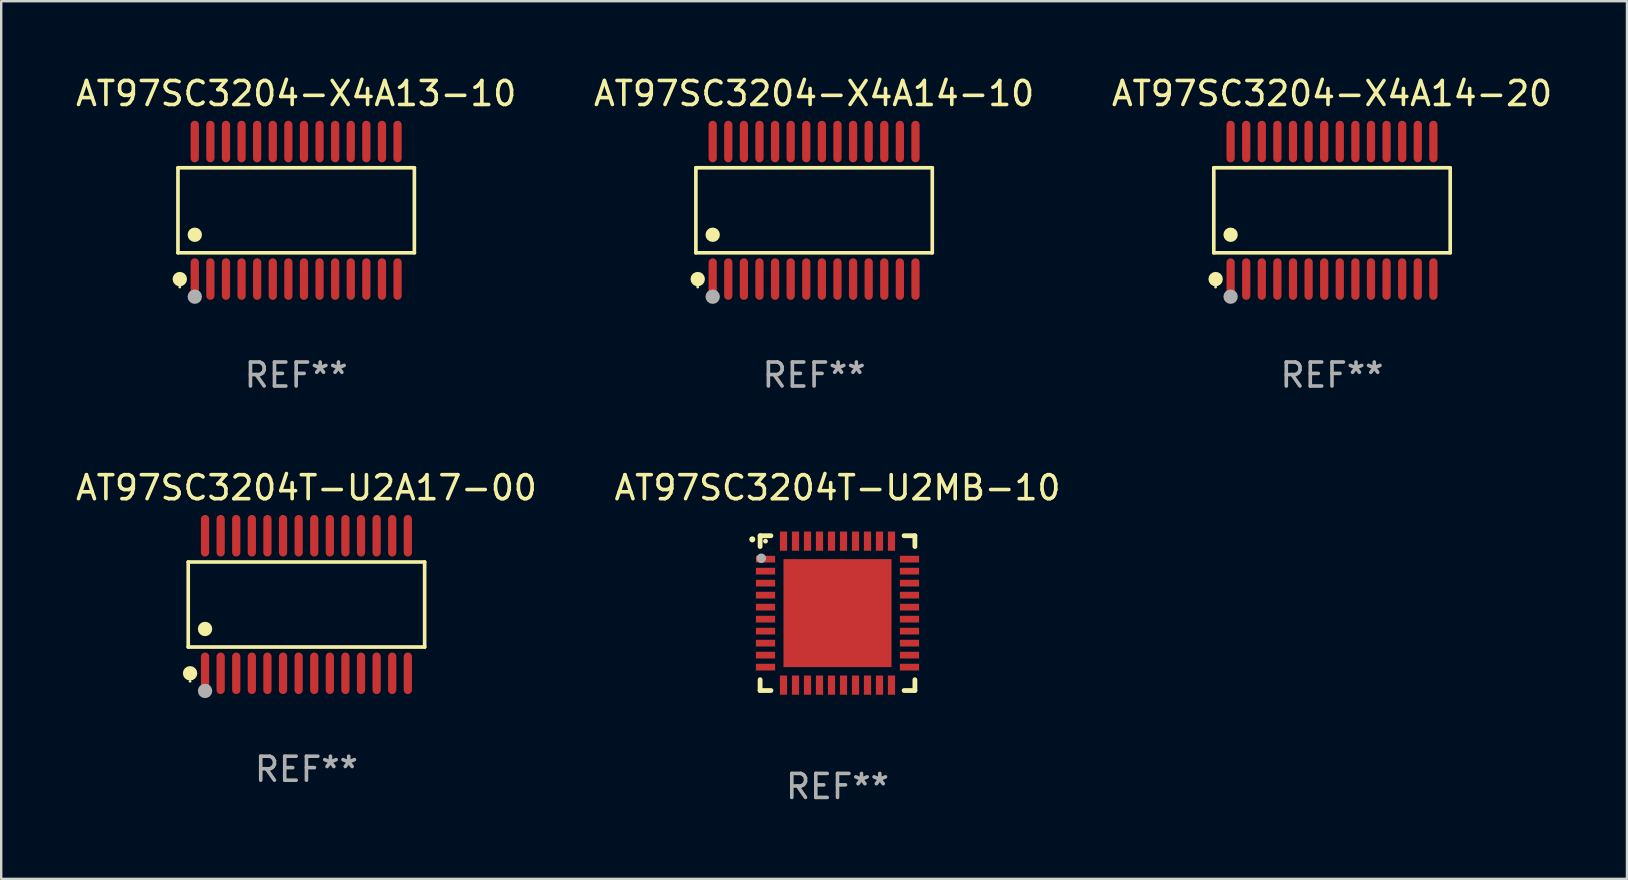
<source format=kicad_pcb>
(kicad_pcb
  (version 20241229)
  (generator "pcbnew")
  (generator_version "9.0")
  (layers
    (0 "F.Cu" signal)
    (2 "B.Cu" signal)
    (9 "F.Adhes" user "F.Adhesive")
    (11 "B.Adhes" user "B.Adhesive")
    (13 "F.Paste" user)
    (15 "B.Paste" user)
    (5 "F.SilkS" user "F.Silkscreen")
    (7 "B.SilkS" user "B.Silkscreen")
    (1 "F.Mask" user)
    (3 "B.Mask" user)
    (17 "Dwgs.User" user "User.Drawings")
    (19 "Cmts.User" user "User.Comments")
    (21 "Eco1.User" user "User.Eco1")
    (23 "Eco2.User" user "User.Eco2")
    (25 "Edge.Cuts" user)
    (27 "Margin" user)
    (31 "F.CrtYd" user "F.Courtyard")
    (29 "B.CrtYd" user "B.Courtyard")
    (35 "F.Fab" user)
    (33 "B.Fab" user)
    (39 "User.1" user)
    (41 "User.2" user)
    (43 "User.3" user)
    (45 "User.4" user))
  (footprint "AT97SC3204-X4A14-10"
    (layer "F.Cu")
    (at 30.875 5.714)
    (property "Reference" "AT97SC3204-X4A14-10" (at 0 -4.866 0) (layer "F.SilkS") (effects (font (size 1 1) (thickness 0.15))))
    (attr through_hole)
    (fp_line (start -4.926 -1.772) (end 4.926 -1.772) (stroke (width 0.152) (type solid)) (layer "F.SilkS"))
    (fp_line (start -4.926 1.771) (end -4.926 -1.772) (stroke (width 0.152) (type solid)) (layer "F.SilkS"))
    (fp_line (start 4.926 -1.772) (end 4.926 1.771) (stroke (width 0.152) (type solid)) (layer "F.SilkS"))
    (fp_line (start 4.926 1.771) (end -4.926 1.771) (stroke (width 0.152) (type solid)) (layer "F.SilkS"))
    (fp_circle (center -4.85 3.2) (end -4.82 3.2) (stroke (width 0.06) (type solid)) (fill no) (layer "F.SilkS"))
    (fp_circle (center -4.849 2.866) (end -4.699 2.866) (stroke (width 0.3) (type solid)) (fill no) (layer "F.SilkS"))
    (fp_circle (center -4.225 1.019) (end -4.075 1.019) (stroke (width 0.3) (type solid)) (fill no) (layer "F.SilkS"))
    (fp_circle (center -4.225 3.6) (end -4.075 3.6) (stroke (width 0.3) (type solid)) (fill no) (layer "F.Fab"))
    (fp_text user "REF**" (at 0 6.866 0) (layer "F.Fab") (effects (font (size 1 1) (thickness 0.15))))
    (pad "1" smd oval (at -4.225 2.866) (size 0.343 1.731) (layers "F.Cu" "F.Mask" "F.Paste"))
    (pad "2" smd oval (at -3.575 2.866) (size 0.343 1.731) (layers "F.Cu" "F.Mask" "F.Paste"))
    (pad "3" smd oval (at -2.925 2.866) (size 0.343 1.731) (layers "F.Cu" "F.Mask" "F.Paste"))
    (pad "4" smd oval (at -2.275 2.866) (size 0.343 1.731) (layers "F.Cu" "F.Mask" "F.Paste"))
    (pad "5" smd oval (at -1.625 2.866) (size 0.343 1.731) (layers "F.Cu" "F.Mask" "F.Paste"))
    (pad "6" smd oval (at -0.975 2.866) (size 0.343 1.731) (layers "F.Cu" "F.Mask" "F.Paste"))
    (pad "7" smd oval (at -0.325 2.866) (size 0.343 1.731) (layers "F.Cu" "F.Mask" "F.Paste"))
    (pad "8" smd oval (at 0.325 2.866) (size 0.343 1.731) (layers "F.Cu" "F.Mask" "F.Paste"))
    (pad "9" smd oval (at 0.975 2.866) (size 0.343 1.731) (layers "F.Cu" "F.Mask" "F.Paste"))
    (pad "10" smd oval (at 1.625 2.866) (size 0.343 1.731) (layers "F.Cu" "F.Mask" "F.Paste"))
    (pad "11" smd oval (at 2.275 2.866) (size 0.343 1.731) (layers "F.Cu" "F.Mask" "F.Paste"))
    (pad "12" smd oval (at 2.925 2.866) (size 0.343 1.731) (layers "F.Cu" "F.Mask" "F.Paste"))
    (pad "13" smd oval (at 3.575 2.866) (size 0.343 1.731) (layers "F.Cu" "F.Mask" "F.Paste"))
    (pad "14" smd oval (at 4.225 2.866) (size 0.343 1.731) (layers "F.Cu" "F.Mask" "F.Paste"))
    (pad "15" smd oval (at 4.225 -2.866) (size 0.343 1.731) (layers "F.Cu" "F.Mask" "F.Paste"))
    (pad "16" smd oval (at 3.575 -2.866) (size 0.343 1.731) (layers "F.Cu" "F.Mask" "F.Paste"))
    (pad "17" smd oval (at 2.925 -2.866) (size 0.343 1.731) (layers "F.Cu" "F.Mask" "F.Paste"))
    (pad "18" smd oval (at 2.275 -2.866) (size 0.343 1.731) (layers "F.Cu" "F.Mask" "F.Paste"))
    (pad "19" smd oval (at 1.625 -2.866) (size 0.343 1.731) (layers "F.Cu" "F.Mask" "F.Paste"))
    (pad "20" smd oval (at 0.975 -2.866) (size 0.343 1.731) (layers "F.Cu" "F.Mask" "F.Paste"))
    (pad "21" smd oval (at 0.325 -2.866) (size 0.343 1.731) (layers "F.Cu" "F.Mask" "F.Paste"))
    (pad "22" smd oval (at -0.325 -2.866) (size 0.343 1.731) (layers "F.Cu" "F.Mask" "F.Paste"))
    (pad "23" smd oval (at -0.975 -2.866) (size 0.343 1.731) (layers "F.Cu" "F.Mask" "F.Paste"))
    (pad "24" smd oval (at -1.625 -2.866) (size 0.343 1.731) (layers "F.Cu" "F.Mask" "F.Paste"))
    (pad "25" smd oval (at -2.275 -2.866) (size 0.343 1.731) (layers "F.Cu" "F.Mask" "F.Paste"))
    (pad "26" smd oval (at -2.925 -2.866) (size 0.343 1.731) (layers "F.Cu" "F.Mask" "F.Paste"))
    (pad "27" smd oval (at -3.575 -2.866) (size 0.343 1.731) (layers "F.Cu" "F.Mask" "F.Paste"))
    (pad "28" smd oval (at -4.225 -2.866) (size 0.343 1.731) (layers "F.Cu" "F.Mask" "F.Paste")))
  (footprint "AT97SC3204-X4A14-20"
    (layer "F.Cu")
    (at 52.458 5.714)
    (property "Reference" "AT97SC3204-X4A14-20" (at 0 -4.866 0) (layer "F.SilkS") (effects (font (size 1 1) (thickness 0.15))))
    (attr through_hole)
    (fp_line (start -4.926 -1.772) (end 4.926 -1.772) (stroke (width 0.152) (type solid)) (layer "F.SilkS"))
    (fp_line (start -4.926 1.771) (end -4.926 -1.772) (stroke (width 0.152) (type solid)) (layer "F.SilkS"))
    (fp_line (start 4.926 -1.772) (end 4.926 1.771) (stroke (width 0.152) (type solid)) (layer "F.SilkS"))
    (fp_line (start 4.926 1.771) (end -4.926 1.771) (stroke (width 0.152) (type solid)) (layer "F.SilkS"))
    (fp_circle (center -4.85 3.2) (end -4.82 3.2) (stroke (width 0.06) (type solid)) (fill no) (layer "F.SilkS"))
    (fp_circle (center -4.849 2.866) (end -4.699 2.866) (stroke (width 0.3) (type solid)) (fill no) (layer "F.SilkS"))
    (fp_circle (center -4.225 1.019) (end -4.075 1.019) (stroke (width 0.3) (type solid)) (fill no) (layer "F.SilkS"))
    (fp_circle (center -4.225 3.6) (end -4.075 3.6) (stroke (width 0.3) (type solid)) (fill no) (layer "F.Fab"))
    (fp_text user "REF**" (at 0 6.866 0) (layer "F.Fab") (effects (font (size 1 1) (thickness 0.15))))
    (pad "1" smd oval (at -4.225 2.866) (size 0.343 1.731) (layers "F.Cu" "F.Mask" "F.Paste"))
    (pad "2" smd oval (at -3.575 2.866) (size 0.343 1.731) (layers "F.Cu" "F.Mask" "F.Paste"))
    (pad "3" smd oval (at -2.925 2.866) (size 0.343 1.731) (layers "F.Cu" "F.Mask" "F.Paste"))
    (pad "4" smd oval (at -2.275 2.866) (size 0.343 1.731) (layers "F.Cu" "F.Mask" "F.Paste"))
    (pad "5" smd oval (at -1.625 2.866) (size 0.343 1.731) (layers "F.Cu" "F.Mask" "F.Paste"))
    (pad "6" smd oval (at -0.975 2.866) (size 0.343 1.731) (layers "F.Cu" "F.Mask" "F.Paste"))
    (pad "7" smd oval (at -0.325 2.866) (size 0.343 1.731) (layers "F.Cu" "F.Mask" "F.Paste"))
    (pad "8" smd oval (at 0.325 2.866) (size 0.343 1.731) (layers "F.Cu" "F.Mask" "F.Paste"))
    (pad "9" smd oval (at 0.975 2.866) (size 0.343 1.731) (layers "F.Cu" "F.Mask" "F.Paste"))
    (pad "10" smd oval (at 1.625 2.866) (size 0.343 1.731) (layers "F.Cu" "F.Mask" "F.Paste"))
    (pad "11" smd oval (at 2.275 2.866) (size 0.343 1.731) (layers "F.Cu" "F.Mask" "F.Paste"))
    (pad "12" smd oval (at 2.925 2.866) (size 0.343 1.731) (layers "F.Cu" "F.Mask" "F.Paste"))
    (pad "13" smd oval (at 3.575 2.866) (size 0.343 1.731) (layers "F.Cu" "F.Mask" "F.Paste"))
    (pad "14" smd oval (at 4.225 2.866) (size 0.343 1.731) (layers "F.Cu" "F.Mask" "F.Paste"))
    (pad "15" smd oval (at 4.225 -2.866) (size 0.343 1.731) (layers "F.Cu" "F.Mask" "F.Paste"))
    (pad "16" smd oval (at 3.575 -2.866) (size 0.343 1.731) (layers "F.Cu" "F.Mask" "F.Paste"))
    (pad "17" smd oval (at 2.925 -2.866) (size 0.343 1.731) (layers "F.Cu" "F.Mask" "F.Paste"))
    (pad "18" smd oval (at 2.275 -2.866) (size 0.343 1.731) (layers "F.Cu" "F.Mask" "F.Paste"))
    (pad "19" smd oval (at 1.625 -2.866) (size 0.343 1.731) (layers "F.Cu" "F.Mask" "F.Paste"))
    (pad "20" smd oval (at 0.975 -2.866) (size 0.343 1.731) (layers "F.Cu" "F.Mask" "F.Paste"))
    (pad "21" smd oval (at 0.325 -2.866) (size 0.343 1.731) (layers "F.Cu" "F.Mask" "F.Paste"))
    (pad "22" smd oval (at -0.325 -2.866) (size 0.343 1.731) (layers "F.Cu" "F.Mask" "F.Paste"))
    (pad "23" smd oval (at -0.975 -2.866) (size 0.343 1.731) (layers "F.Cu" "F.Mask" "F.Paste"))
    (pad "24" smd oval (at -1.625 -2.866) (size 0.343 1.731) (layers "F.Cu" "F.Mask" "F.Paste"))
    (pad "25" smd oval (at -2.275 -2.866) (size 0.343 1.731) (layers "F.Cu" "F.Mask" "F.Paste"))
    (pad "26" smd oval (at -2.925 -2.866) (size 0.343 1.731) (layers "F.Cu" "F.Mask" "F.Paste"))
    (pad "27" smd oval (at -3.575 -2.866) (size 0.343 1.731) (layers "F.Cu" "F.Mask" "F.Paste"))
    (pad "28" smd oval (at -4.225 -2.866) (size 0.343 1.731) (layers "F.Cu" "F.Mask" "F.Paste")))
  (footprint "AT97SC3204T-U2A17-00"
    (layer "F.Cu")
    (at 9.72 22.142)
    (property "Reference" "AT97SC3204T-U2A17-00" (at 0 -4.866 0) (layer "F.SilkS") (effects (font (size 1 1) (thickness 0.15))))
    (attr through_hole)
    (fp_line (start -4.926 -1.772) (end 4.926 -1.772) (stroke (width 0.152) (type solid)) (layer "F.SilkS"))
    (fp_line (start -4.926 1.771) (end -4.926 -1.772) (stroke (width 0.152) (type solid)) (layer "F.SilkS"))
    (fp_line (start 4.926 -1.772) (end 4.926 1.771) (stroke (width 0.152) (type solid)) (layer "F.SilkS"))
    (fp_line (start 4.926 1.771) (end -4.926 1.771) (stroke (width 0.152) (type solid)) (layer "F.SilkS"))
    (fp_circle (center -4.85 3.2) (end -4.82 3.2) (stroke (width 0.06) (type solid)) (fill no) (layer "F.SilkS"))
    (fp_circle (center -4.849 2.866) (end -4.699 2.866) (stroke (width 0.3) (type solid)) (fill no) (layer "F.SilkS"))
    (fp_circle (center -4.225 1.019) (end -4.075 1.019) (stroke (width 0.3) (type solid)) (fill no) (layer "F.SilkS"))
    (fp_circle (center -4.225 3.6) (end -4.075 3.6) (stroke (width 0.3) (type solid)) (fill no) (layer "F.Fab"))
    (fp_text user "REF**" (at 0 6.866 0) (layer "F.Fab") (effects (font (size 1 1) (thickness 0.15))))
    (pad "1" smd oval (at -4.225 2.866) (size 0.343 1.731) (layers "F.Cu" "F.Mask" "F.Paste"))
    (pad "2" smd oval (at -3.575 2.866) (size 0.343 1.731) (layers "F.Cu" "F.Mask" "F.Paste"))
    (pad "3" smd oval (at -2.925 2.866) (size 0.343 1.731) (layers "F.Cu" "F.Mask" "F.Paste"))
    (pad "4" smd oval (at -2.275 2.866) (size 0.343 1.731) (layers "F.Cu" "F.Mask" "F.Paste"))
    (pad "5" smd oval (at -1.625 2.866) (size 0.343 1.731) (layers "F.Cu" "F.Mask" "F.Paste"))
    (pad "6" smd oval (at -0.975 2.866) (size 0.343 1.731) (layers "F.Cu" "F.Mask" "F.Paste"))
    (pad "7" smd oval (at -0.325 2.866) (size 0.343 1.731) (layers "F.Cu" "F.Mask" "F.Paste"))
    (pad "8" smd oval (at 0.325 2.866) (size 0.343 1.731) (layers "F.Cu" "F.Mask" "F.Paste"))
    (pad "9" smd oval (at 0.975 2.866) (size 0.343 1.731) (layers "F.Cu" "F.Mask" "F.Paste"))
    (pad "10" smd oval (at 1.625 2.866) (size 0.343 1.731) (layers "F.Cu" "F.Mask" "F.Paste"))
    (pad "11" smd oval (at 2.275 2.866) (size 0.343 1.731) (layers "F.Cu" "F.Mask" "F.Paste"))
    (pad "12" smd oval (at 2.925 2.866) (size 0.343 1.731) (layers "F.Cu" "F.Mask" "F.Paste"))
    (pad "13" smd oval (at 3.575 2.866) (size 0.343 1.731) (layers "F.Cu" "F.Mask" "F.Paste"))
    (pad "14" smd oval (at 4.225 2.866) (size 0.343 1.731) (layers "F.Cu" "F.Mask" "F.Paste"))
    (pad "15" smd oval (at 4.225 -2.866) (size 0.343 1.731) (layers "F.Cu" "F.Mask" "F.Paste"))
    (pad "16" smd oval (at 3.575 -2.866) (size 0.343 1.731) (layers "F.Cu" "F.Mask" "F.Paste"))
    (pad "17" smd oval (at 2.925 -2.866) (size 0.343 1.731) (layers "F.Cu" "F.Mask" "F.Paste"))
    (pad "18" smd oval (at 2.275 -2.866) (size 0.343 1.731) (layers "F.Cu" "F.Mask" "F.Paste"))
    (pad "19" smd oval (at 1.625 -2.866) (size 0.343 1.731) (layers "F.Cu" "F.Mask" "F.Paste"))
    (pad "20" smd oval (at 0.975 -2.866) (size 0.343 1.731) (layers "F.Cu" "F.Mask" "F.Paste"))
    (pad "21" smd oval (at 0.325 -2.866) (size 0.343 1.731) (layers "F.Cu" "F.Mask" "F.Paste"))
    (pad "22" smd oval (at -0.325 -2.866) (size 0.343 1.731) (layers "F.Cu" "F.Mask" "F.Paste"))
    (pad "23" smd oval (at -0.975 -2.866) (size 0.343 1.731) (layers "F.Cu" "F.Mask" "F.Paste"))
    (pad "24" smd oval (at -1.625 -2.866) (size 0.343 1.731) (layers "F.Cu" "F.Mask" "F.Paste"))
    (pad "25" smd oval (at -2.275 -2.866) (size 0.343 1.731) (layers "F.Cu" "F.Mask" "F.Paste"))
    (pad "26" smd oval (at -2.925 -2.866) (size 0.343 1.731) (layers "F.Cu" "F.Mask" "F.Paste"))
    (pad "27" smd oval (at -3.575 -2.866) (size 0.343 1.731) (layers "F.Cu" "F.Mask" "F.Paste"))
    (pad "28" smd oval (at -4.225 -2.866) (size 0.343 1.731) (layers "F.Cu" "F.Mask" "F.Paste")))
  (footprint "AT97SC3204-X4A13-10"
    (layer "F.Cu")
    (at 9.292 5.714)
    (property "Reference" "AT97SC3204-X4A13-10" (at 0 -4.866 0) (layer "F.SilkS") (effects (font (size 1 1) (thickness 0.15))))
    (attr through_hole)
    (fp_line (start -4.926 -1.772) (end 4.926 -1.772) (stroke (width 0.152) (type solid)) (layer "F.SilkS"))
    (fp_line (start -4.926 1.771) (end -4.926 -1.772) (stroke (width 0.152) (type solid)) (layer "F.SilkS"))
    (fp_line (start 4.926 -1.772) (end 4.926 1.771) (stroke (width 0.152) (type solid)) (layer "F.SilkS"))
    (fp_line (start 4.926 1.771) (end -4.926 1.771) (stroke (width 0.152) (type solid)) (layer "F.SilkS"))
    (fp_circle (center -4.85 3.2) (end -4.82 3.2) (stroke (width 0.06) (type solid)) (fill no) (layer "F.SilkS"))
    (fp_circle (center -4.849 2.866) (end -4.699 2.866) (stroke (width 0.3) (type solid)) (fill no) (layer "F.SilkS"))
    (fp_circle (center -4.225 1.019) (end -4.075 1.019) (stroke (width 0.3) (type solid)) (fill no) (layer "F.SilkS"))
    (fp_circle (center -4.225 3.6) (end -4.075 3.6) (stroke (width 0.3) (type solid)) (fill no) (layer "F.Fab"))
    (fp_text user "REF**" (at 0 6.866 0) (layer "F.Fab") (effects (font (size 1 1) (thickness 0.15))))
    (pad "1" smd oval (at -4.225 2.866) (size 0.343 1.731) (layers "F.Cu" "F.Mask" "F.Paste"))
    (pad "2" smd oval (at -3.575 2.866) (size 0.343 1.731) (layers "F.Cu" "F.Mask" "F.Paste"))
    (pad "3" smd oval (at -2.925 2.866) (size 0.343 1.731) (layers "F.Cu" "F.Mask" "F.Paste"))
    (pad "4" smd oval (at -2.275 2.866) (size 0.343 1.731) (layers "F.Cu" "F.Mask" "F.Paste"))
    (pad "5" smd oval (at -1.625 2.866) (size 0.343 1.731) (layers "F.Cu" "F.Mask" "F.Paste"))
    (pad "6" smd oval (at -0.975 2.866) (size 0.343 1.731) (layers "F.Cu" "F.Mask" "F.Paste"))
    (pad "7" smd oval (at -0.325 2.866) (size 0.343 1.731) (layers "F.Cu" "F.Mask" "F.Paste"))
    (pad "8" smd oval (at 0.325 2.866) (size 0.343 1.731) (layers "F.Cu" "F.Mask" "F.Paste"))
    (pad "9" smd oval (at 0.975 2.866) (size 0.343 1.731) (layers "F.Cu" "F.Mask" "F.Paste"))
    (pad "10" smd oval (at 1.625 2.866) (size 0.343 1.731) (layers "F.Cu" "F.Mask" "F.Paste"))
    (pad "11" smd oval (at 2.275 2.866) (size 0.343 1.731) (layers "F.Cu" "F.Mask" "F.Paste"))
    (pad "12" smd oval (at 2.925 2.866) (size 0.343 1.731) (layers "F.Cu" "F.Mask" "F.Paste"))
    (pad "13" smd oval (at 3.575 2.866) (size 0.343 1.731) (layers "F.Cu" "F.Mask" "F.Paste"))
    (pad "14" smd oval (at 4.225 2.866) (size 0.343 1.731) (layers "F.Cu" "F.Mask" "F.Paste"))
    (pad "15" smd oval (at 4.225 -2.866) (size 0.343 1.731) (layers "F.Cu" "F.Mask" "F.Paste"))
    (pad "16" smd oval (at 3.575 -2.866) (size 0.343 1.731) (layers "F.Cu" "F.Mask" "F.Paste"))
    (pad "17" smd oval (at 2.925 -2.866) (size 0.343 1.731) (layers "F.Cu" "F.Mask" "F.Paste"))
    (pad "18" smd oval (at 2.275 -2.866) (size 0.343 1.731) (layers "F.Cu" "F.Mask" "F.Paste"))
    (pad "19" smd oval (at 1.625 -2.866) (size 0.343 1.731) (layers "F.Cu" "F.Mask" "F.Paste"))
    (pad "20" smd oval (at 0.975 -2.866) (size 0.343 1.731) (layers "F.Cu" "F.Mask" "F.Paste"))
    (pad "21" smd oval (at 0.325 -2.866) (size 0.343 1.731) (layers "F.Cu" "F.Mask" "F.Paste"))
    (pad "22" smd oval (at -0.325 -2.866) (size 0.343 1.731) (layers "F.Cu" "F.Mask" "F.Paste"))
    (pad "23" smd oval (at -0.975 -2.866) (size 0.343 1.731) (layers "F.Cu" "F.Mask" "F.Paste"))
    (pad "24" smd oval (at -1.625 -2.866) (size 0.343 1.731) (layers "F.Cu" "F.Mask" "F.Paste"))
    (pad "25" smd oval (at -2.275 -2.866) (size 0.343 1.731) (layers "F.Cu" "F.Mask" "F.Paste"))
    (pad "26" smd oval (at -2.925 -2.866) (size 0.343 1.731) (layers "F.Cu" "F.Mask" "F.Paste"))
    (pad "27" smd oval (at -3.575 -2.866) (size 0.343 1.731) (layers "F.Cu" "F.Mask" "F.Paste"))
    (pad "28" smd oval (at -4.225 -2.866) (size 0.343 1.731) (layers "F.Cu" "F.Mask" "F.Paste")))
  (footprint "AT97SC3204T-U2MB-10"
    (layer "F.Cu")
    (at 31.851 22.501)
    (property "Reference" "AT97SC3204T-U2MB-10" (at 0 -5.225 0) (layer "F.SilkS") (effects (font (size 1 1) (thickness 0.15))))
    (attr through_hole)
    (fp_line (start -3.225 -3.225) (end -2.775 -3.225) (stroke (width 0.2) (type solid)) (layer "F.SilkS"))
    (fp_line (start -3.225 -2.775) (end -3.225 -3.225) (stroke (width 0.2) (type solid)) (layer "F.SilkS"))
    (fp_line (start -3.225 2.775) (end -3.225 3.225) (stroke (width 0.2) (type solid)) (layer "F.SilkS"))
    (fp_line (start -3.225 3.225) (end -2.775 3.225) (stroke (width 0.2) (type solid)) (layer "F.SilkS"))
    (fp_line (start 2.775 -3.225) (end 3.225 -3.225) (stroke (width 0.2) (type solid)) (layer "F.SilkS"))
    (fp_line (start 2.775 3.225) (end 3.225 3.225) (stroke (width 0.2) (type solid)) (layer "F.SilkS"))
    (fp_line (start 3.225 -3.225) (end 3.225 -2.775) (stroke (width 0.2) (type solid)) (layer "F.SilkS"))
    (fp_line (start 3.225 3.225) (end 3.225 2.775) (stroke (width 0.2) (type solid)) (layer "F.SilkS"))
    (fp_arc (start -3.55094 -3.073406) (mid -3.550946 -3.074676) (end -3.55094 -3.075946) (stroke (width 0.25) (type solid)) (layer "F.SilkS"))
    (fp_circle (center -3 -3) (end -2.95 -3) (stroke (width 0.1) (type solid)) (fill no) (layer "F.SilkS"))
    (fp_circle (center -3.175 -2.286) (end -3.075 -2.286) (stroke (width 0.2) (type solid)) (fill no) (layer "F.Fab"))
    (fp_text user "REF**" (at 0 7.225 0) (layer "F.Fab") (effects (font (size 1 1) (thickness 0.15))))
    (pad "1" smd rect (at -3 -2.25) (size 0.8 0.28) (layers "F.Cu" "F.Mask" "F.Paste"))
    (pad "2" smd rect (at -3 -1.75) (size 0.8 0.28) (layers "F.Cu" "F.Mask" "F.Paste"))
    (pad "3" smd rect (at -3 -1.25) (size 0.8 0.28) (layers "F.Cu" "F.Mask" "F.Paste"))
    (pad "4" smd rect (at -3 -0.75) (size 0.8 0.28) (layers "F.Cu" "F.Mask" "F.Paste"))
    (pad "5" smd rect (at -3 -0.25) (size 0.8 0.28) (layers "F.Cu" "F.Mask" "F.Paste"))
    (pad "6" smd rect (at -3 0.25) (size 0.8 0.28) (layers "F.Cu" "F.Mask" "F.Paste"))
    (pad "7" smd rect (at -3 0.75) (size 0.8 0.28) (layers "F.Cu" "F.Mask" "F.Paste"))
    (pad "8" smd rect (at -3 1.25) (size 0.8 0.28) (layers "F.Cu" "F.Mask" "F.Paste"))
    (pad "9" smd rect (at -3 1.75) (size 0.8 0.28) (layers "F.Cu" "F.Mask" "F.Paste"))
    (pad "10" smd rect (at -3 2.25) (size 0.8 0.28) (layers "F.Cu" "F.Mask" "F.Paste"))
    (pad "11" smd rect (at -2.25 3) (size 0.3 0.8) (layers "F.Cu" "F.Mask" "F.Paste"))
    (pad "12" smd rect (at -1.75 3) (size 0.3 0.8) (layers "F.Cu" "F.Mask" "F.Paste"))
    (pad "13" smd rect (at -1.25 3) (size 0.3 0.8) (layers "F.Cu" "F.Mask" "F.Paste"))
    (pad "14" smd rect (at -0.75 3) (size 0.3 0.8) (layers "F.Cu" "F.Mask" "F.Paste"))
    (pad "15" smd rect (at -0.25 3) (size 0.3 0.8) (layers "F.Cu" "F.Mask" "F.Paste"))
    (pad "16" smd rect (at 0.25 3) (size 0.3 0.8) (layers "F.Cu" "F.Mask" "F.Paste"))
    (pad "17" smd rect (at 0.75 3) (size 0.3 0.8) (layers "F.Cu" "F.Mask" "F.Paste"))
    (pad "18" smd rect (at 1.25 3) (size 0.3 0.8) (layers "F.Cu" "F.Mask" "F.Paste"))
    (pad "19" smd rect (at 1.75 3) (size 0.3 0.8) (layers "F.Cu" "F.Mask" "F.Paste"))
    (pad "20" smd rect (at 2.25 3) (size 0.3 0.8) (layers "F.Cu" "F.Mask" "F.Paste"))
    (pad "21" smd rect (at 3 2.25) (size 0.8 0.28) (layers "F.Cu" "F.Mask" "F.Paste"))
    (pad "22" smd rect (at 3 1.75) (size 0.8 0.28) (layers "F.Cu" "F.Mask" "F.Paste"))
    (pad "23" smd rect (at 3 1.25) (size 0.8 0.28) (layers "F.Cu" "F.Mask" "F.Paste"))
    (pad "24" smd rect (at 3 0.75) (size 0.8 0.28) (layers "F.Cu" "F.Mask" "F.Paste"))
    (pad "25" smd rect (at 3 0.25) (size 0.8 0.28) (layers "F.Cu" "F.Mask" "F.Paste"))
    (pad "26" smd rect (at 3 -0.25) (size 0.8 0.28) (layers "F.Cu" "F.Mask" "F.Paste"))
    (pad "27" smd rect (at 3 -0.75) (size 0.8 0.28) (layers "F.Cu" "F.Mask" "F.Paste"))
    (pad "28" smd rect (at 3 -1.25) (size 0.8 0.28) (layers "F.Cu" "F.Mask" "F.Paste"))
    (pad "29" smd rect (at 3 -1.75) (size 0.8 0.28) (layers "F.Cu" "F.Mask" "F.Paste"))
    (pad "30" smd rect (at 3 -2.25) (size 0.8 0.28) (layers "F.Cu" "F.Mask" "F.Paste"))
    (pad "31" smd rect (at 2.25 -3) (size 0.3 0.8) (layers "F.Cu" "F.Mask" "F.Paste"))
    (pad "32" smd rect (at 1.75 -3) (size 0.3 0.8) (layers "F.Cu" "F.Mask" "F.Paste"))
    (pad "33" smd rect (at 1.25 -3) (size 0.3 0.8) (layers "F.Cu" "F.Mask" "F.Paste"))
    (pad "34" smd rect (at 0.75 -3) (size 0.3 0.8) (layers "F.Cu" "F.Mask" "F.Paste"))
    (pad "35" smd rect (at 0.25 -3) (size 0.3 0.8) (layers "F.Cu" "F.Mask" "F.Paste"))
    (pad "36" smd rect (at -0.25 -3) (size 0.3 0.8) (layers "F.Cu" "F.Mask" "F.Paste"))
    (pad "37" smd rect (at -0.75 -3) (size 0.3 0.8) (layers "F.Cu" "F.Mask" "F.Paste"))
    (pad "38" smd rect (at -1.25 -3) (size 0.3 0.8) (layers "F.Cu" "F.Mask" "F.Paste"))
    (pad "39" smd rect (at -1.75 -3) (size 0.3 0.8) (layers "F.Cu" "F.Mask" "F.Paste"))
    (pad "40" smd rect (at -2.25 -3) (size 0.3 0.8) (layers "F.Cu" "F.Mask" "F.Paste"))
    (pad "41" smd rect (at -0.000013 0) (size 4.5 4.5) (layers "F.Cu" "F.Mask" "F.Paste")))
  (gr_rect
    (start -3 -3)
    (end 64.75 33.575)
    (stroke (width 0.1) (type default))
    (fill no)
    (layer "Edge.Cuts")))
</source>
